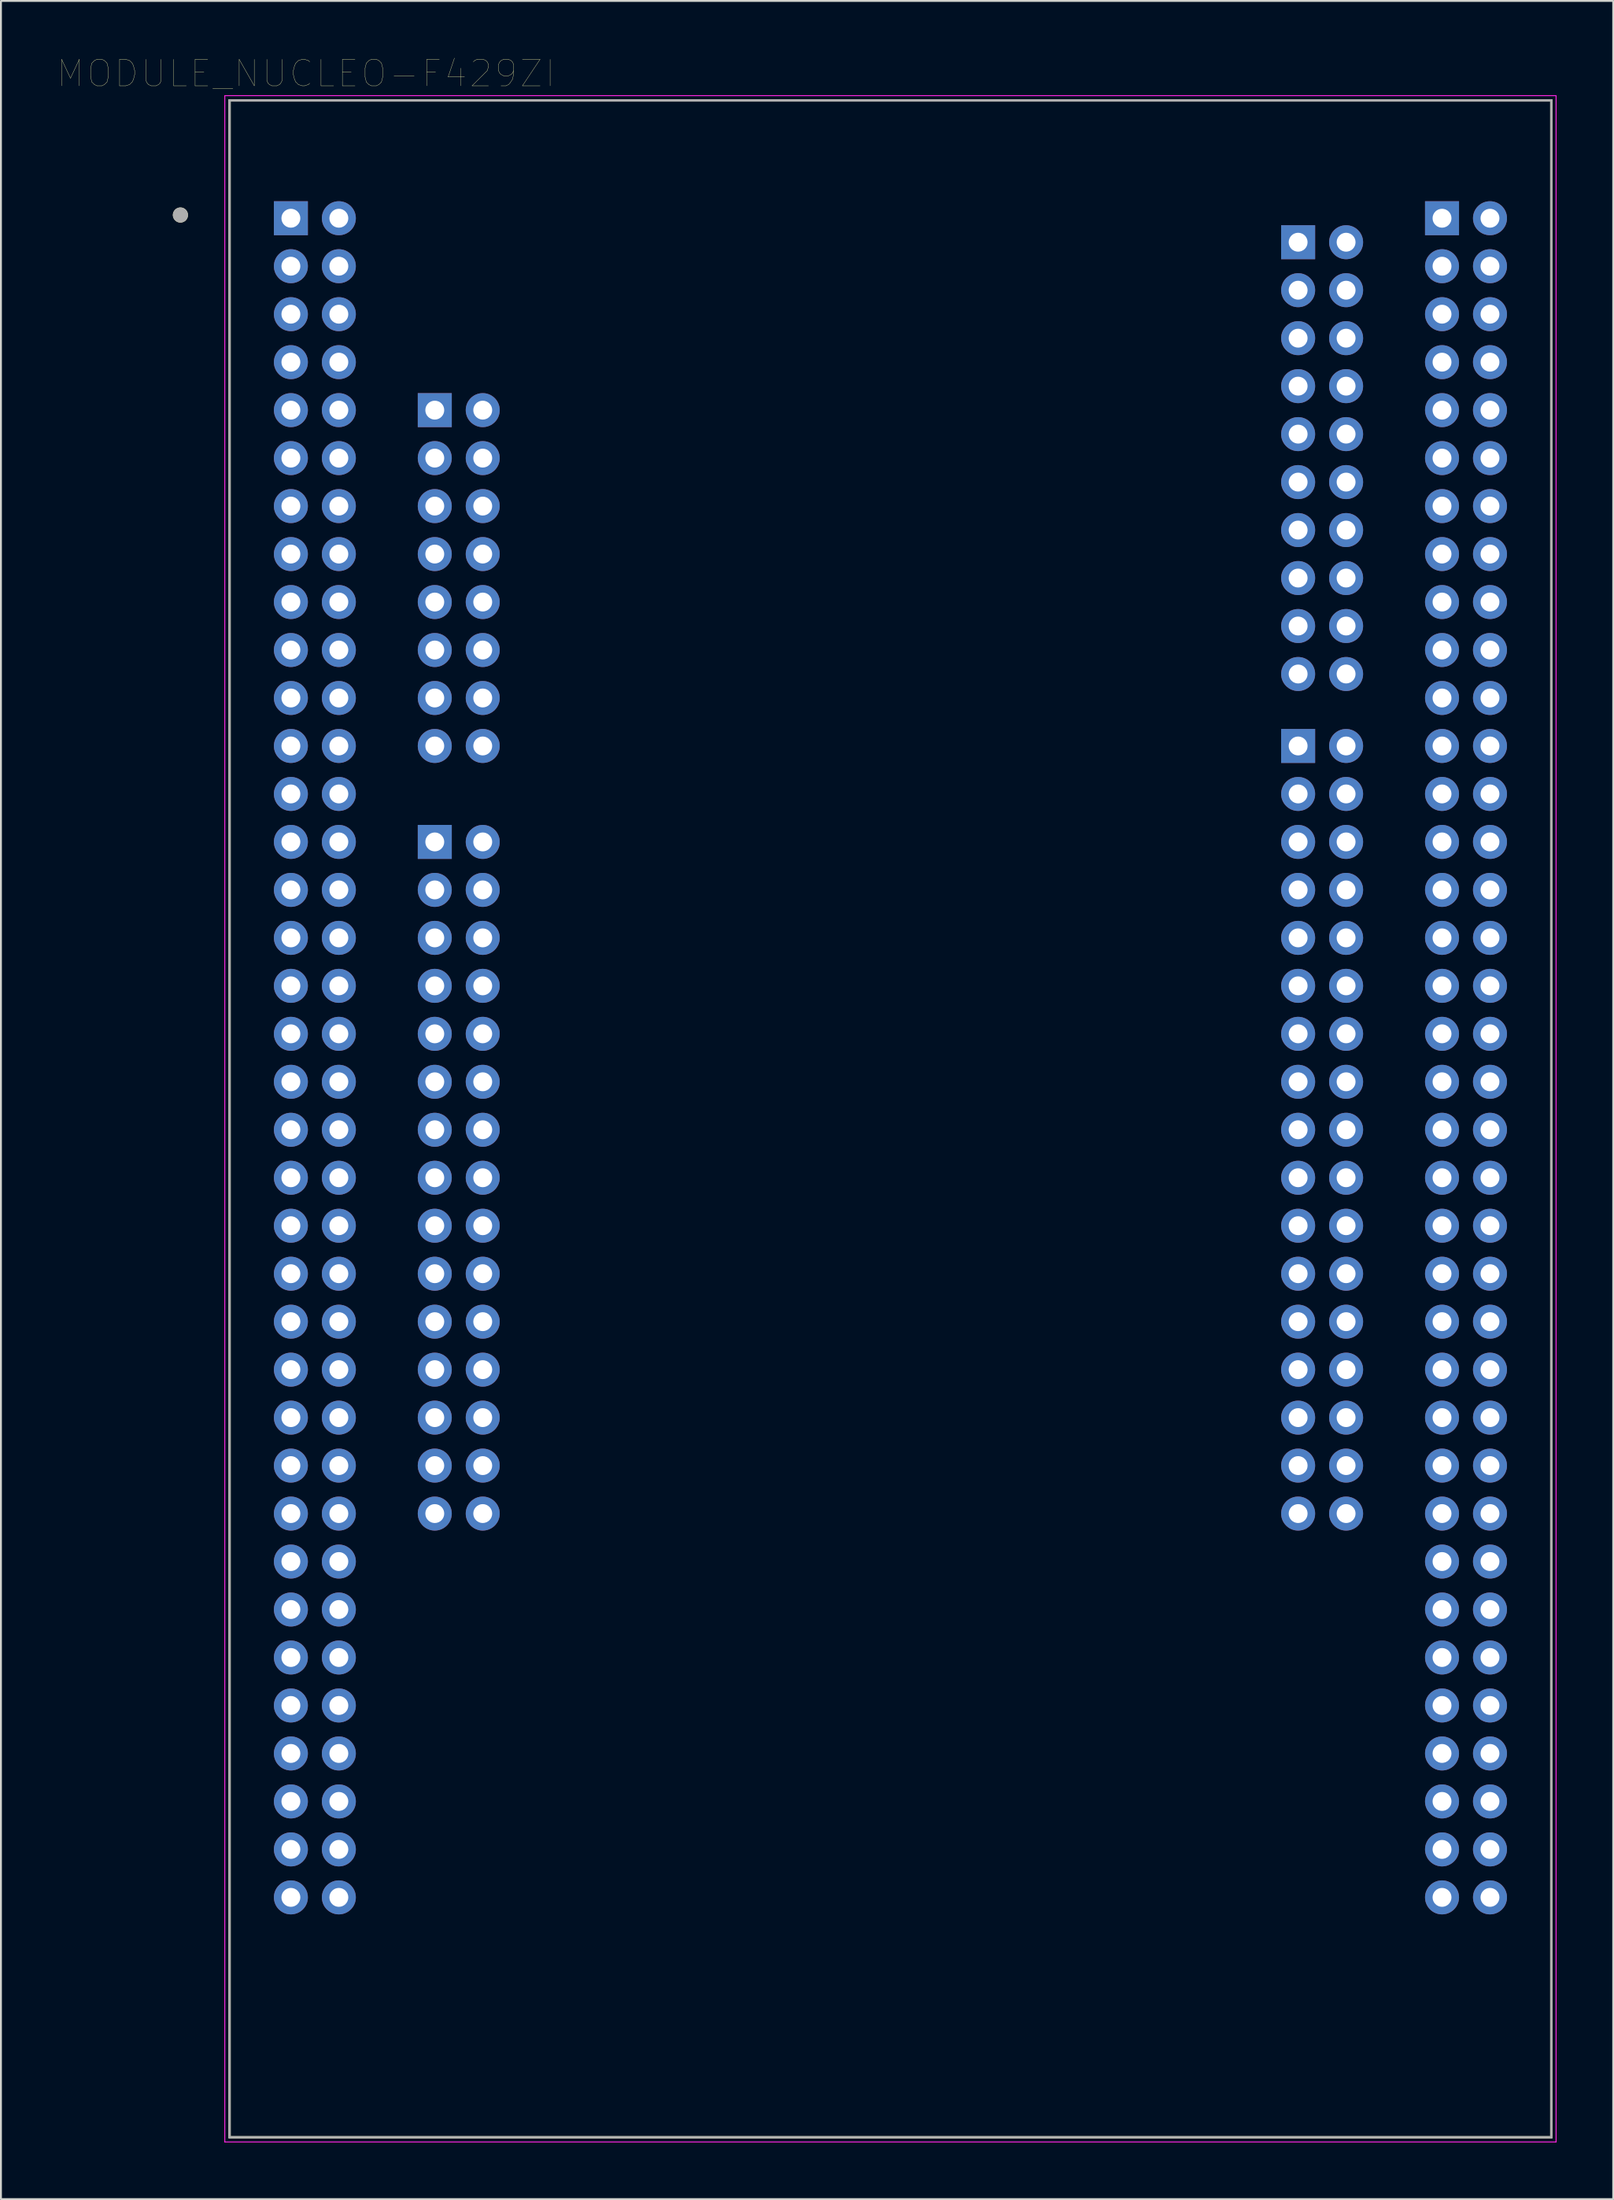
<source format=kicad_pcb>
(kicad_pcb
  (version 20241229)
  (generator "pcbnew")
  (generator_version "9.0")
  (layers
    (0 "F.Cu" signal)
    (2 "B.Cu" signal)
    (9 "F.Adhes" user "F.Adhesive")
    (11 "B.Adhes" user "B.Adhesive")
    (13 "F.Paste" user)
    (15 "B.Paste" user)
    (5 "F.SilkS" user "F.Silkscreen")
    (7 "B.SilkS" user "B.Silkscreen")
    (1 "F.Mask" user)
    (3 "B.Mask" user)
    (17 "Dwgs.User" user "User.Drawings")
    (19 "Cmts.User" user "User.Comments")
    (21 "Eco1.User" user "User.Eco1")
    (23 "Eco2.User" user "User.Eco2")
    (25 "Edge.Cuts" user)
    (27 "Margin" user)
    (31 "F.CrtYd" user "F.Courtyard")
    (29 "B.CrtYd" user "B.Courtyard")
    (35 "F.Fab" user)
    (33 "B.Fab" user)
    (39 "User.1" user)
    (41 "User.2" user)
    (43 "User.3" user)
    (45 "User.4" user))
  (footprint "MODULE_NUCLEO-F429ZI"
    (layer "F.Cu")
    (at 44.104 53.594)
    (property "Reference" "MODULE_NUCLEO-F429ZI" (at -30.955 -52.749 0) (layer "F.SilkS") (effects (font (size 1.4 1.4) (thickness 0.015))))
    (attr through_hole)
    (fp_line (start -35 -51.33) (end 35 -51.33) (stroke (width 0.127) (type solid)) (layer "F.SilkS"))
    (fp_line (start -35 56.51) (end -35 -51.33) (stroke (width 0.127) (type solid)) (layer "F.SilkS"))
    (fp_line (start 35 -51.33) (end 35 56.51) (stroke (width 0.127) (type solid)) (layer "F.SilkS"))
    (fp_line (start 35 56.51) (end -35 56.51) (stroke (width 0.127) (type solid)) (layer "F.SilkS"))
    (fp_circle (center -37.6 -45.26) (end -37.4 -45.26) (stroke (width 0.4) (type solid)) (fill no) (layer "F.SilkS"))
    (fp_line (start -35.25 -51.58) (end 35.25 -51.58) (stroke (width 0.05) (type solid)) (layer "F.CrtYd"))
    (fp_line (start -35.25 56.76) (end -35.25 -51.58) (stroke (width 0.05) (type solid)) (layer "F.CrtYd"))
    (fp_line (start 35.25 -51.58) (end 35.25 56.76) (stroke (width 0.05) (type solid)) (layer "F.CrtYd"))
    (fp_line (start 35.25 56.76) (end -35.25 56.76) (stroke (width 0.05) (type solid)) (layer "F.CrtYd"))
    (fp_line (start -35 -51.33) (end 35 -51.33) (stroke (width 0.127) (type solid)) (layer "F.Fab"))
    (fp_line (start -35 56.51) (end -35 -51.33) (stroke (width 0.127) (type solid)) (layer "F.Fab"))
    (fp_line (start 35 -51.33) (end 35 56.51) (stroke (width 0.127) (type solid)) (layer "F.Fab"))
    (fp_line (start 35 56.51) (end -35 56.51) (stroke (width 0.127) (type solid)) (layer "F.Fab"))
    (fp_circle (center -37.6 -45.26) (end -37.4 -45.26) (stroke (width 0.4) (type solid)) (fill no) (layer "F.Fab"))
    (pad "CN7_1" thru_hole rect (at 21.59 -43.82) (size 1.8 1.8) (drill 1) (layers "*.Cu" "*.Mask"))
    (pad "CN7_2" thru_hole circle (at 24.13 -43.82) (size 1.8 1.8) (drill 1) (layers "*.Cu" "*.Mask"))
    (pad "CN7_3" thru_hole circle (at 21.59 -41.28) (size 1.8 1.8) (drill 1) (layers "*.Cu" "*.Mask"))
    (pad "CN7_4" thru_hole circle (at 24.13 -41.28) (size 1.8 1.8) (drill 1) (layers "*.Cu" "*.Mask"))
    (pad "CN7_5" thru_hole circle (at 21.59 -38.74) (size 1.8 1.8) (drill 1) (layers "*.Cu" "*.Mask"))
    (pad "CN7_6" thru_hole circle (at 24.13 -38.74) (size 1.8 1.8) (drill 1) (layers "*.Cu" "*.Mask"))
    (pad "CN7_7" thru_hole circle (at 21.59 -36.2) (size 1.8 1.8) (drill 1) (layers "*.Cu" "*.Mask"))
    (pad "CN7_8" thru_hole circle (at 24.13 -36.2) (size 1.8 1.8) (drill 1) (layers "*.Cu" "*.Mask"))
    (pad "CN7_9" thru_hole circle (at 21.59 -33.66) (size 1.8 1.8) (drill 1) (layers "*.Cu" "*.Mask"))
    (pad "CN7_10" thru_hole circle (at 24.13 -33.66) (size 1.8 1.8) (drill 1) (layers "*.Cu" "*.Mask"))
    (pad "CN7_11" thru_hole circle (at 21.59 -31.12) (size 1.8 1.8) (drill 1) (layers "*.Cu" "*.Mask"))
    (pad "CN7_12" thru_hole circle (at 24.13 -31.12) (size 1.8 1.8) (drill 1) (layers "*.Cu" "*.Mask"))
    (pad "CN7_13" thru_hole circle (at 21.59 -28.58) (size 1.8 1.8) (drill 1) (layers "*.Cu" "*.Mask"))
    (pad "CN7_14" thru_hole circle (at 24.13 -28.58) (size 1.8 1.8) (drill 1) (layers "*.Cu" "*.Mask"))
    (pad "CN7_15" thru_hole circle (at 21.59 -26.04) (size 1.8 1.8) (drill 1) (layers "*.Cu" "*.Mask"))
    (pad "CN7_16" thru_hole circle (at 24.13 -26.04) (size 1.8 1.8) (drill 1) (layers "*.Cu" "*.Mask"))
    (pad "CN7_17" thru_hole circle (at 21.59 -23.5) (size 1.8 1.8) (drill 1) (layers "*.Cu" "*.Mask"))
    (pad "CN7_18" thru_hole circle (at 24.13 -23.5) (size 1.8 1.8) (drill 1) (layers "*.Cu" "*.Mask"))
    (pad "CN7_19" thru_hole circle (at 21.59 -20.96) (size 1.8 1.8) (drill 1) (layers "*.Cu" "*.Mask"))
    (pad "CN7_20" thru_hole circle (at 24.13 -20.96) (size 1.8 1.8) (drill 1) (layers "*.Cu" "*.Mask"))
    (pad "CN8_1" thru_hole rect (at -24.13 -34.93) (size 1.8 1.8) (drill 1) (layers "*.Cu" "*.Mask"))
    (pad "CN8_2" thru_hole circle (at -21.59 -34.93) (size 1.8 1.8) (drill 1) (layers "*.Cu" "*.Mask"))
    (pad "CN8_3" thru_hole circle (at -24.13 -32.39) (size 1.8 1.8) (drill 1) (layers "*.Cu" "*.Mask"))
    (pad "CN8_4" thru_hole circle (at -21.59 -32.39) (size 1.8 1.8) (drill 1) (layers "*.Cu" "*.Mask"))
    (pad "CN8_5" thru_hole circle (at -24.13 -29.85) (size 1.8 1.8) (drill 1) (layers "*.Cu" "*.Mask"))
    (pad "CN8_6" thru_hole circle (at -21.59 -29.85) (size 1.8 1.8) (drill 1) (layers "*.Cu" "*.Mask"))
    (pad "CN8_7" thru_hole circle (at -24.13 -27.31) (size 1.8 1.8) (drill 1) (layers "*.Cu" "*.Mask"))
    (pad "CN8_8" thru_hole circle (at -21.59 -27.31) (size 1.8 1.8) (drill 1) (layers "*.Cu" "*.Mask"))
    (pad "CN8_9" thru_hole circle (at -24.13 -24.77) (size 1.8 1.8) (drill 1) (layers "*.Cu" "*.Mask"))
    (pad "CN8_10" thru_hole circle (at -21.59 -24.77) (size 1.8 1.8) (drill 1) (layers "*.Cu" "*.Mask"))
    (pad "CN8_11" thru_hole circle (at -24.13 -22.23) (size 1.8 1.8) (drill 1) (layers "*.Cu" "*.Mask"))
    (pad "CN8_12" thru_hole circle (at -21.59 -22.23) (size 1.8 1.8) (drill 1) (layers "*.Cu" "*.Mask"))
    (pad "CN8_13" thru_hole circle (at -24.13 -19.69) (size 1.8 1.8) (drill 1) (layers "*.Cu" "*.Mask"))
    (pad "CN8_14" thru_hole circle (at -21.59 -19.69) (size 1.8 1.8) (drill 1) (layers "*.Cu" "*.Mask"))
    (pad "CN8_15" thru_hole circle (at -24.13 -17.15) (size 1.8 1.8) (drill 1) (layers "*.Cu" "*.Mask"))
    (pad "CN8_16" thru_hole circle (at -21.59 -17.15) (size 1.8 1.8) (drill 1) (layers "*.Cu" "*.Mask"))
    (pad "CN9_1" thru_hole rect (at -24.13 -12.07) (size 1.8 1.8) (drill 1) (layers "*.Cu" "*.Mask"))
    (pad "CN9_2" thru_hole circle (at -21.59 -12.07) (size 1.8 1.8) (drill 1) (layers "*.Cu" "*.Mask"))
    (pad "CN9_3" thru_hole circle (at -24.13 -9.53) (size 1.8 1.8) (drill 1) (layers "*.Cu" "*.Mask"))
    (pad "CN9_4" thru_hole circle (at -21.59 -9.53) (size 1.8 1.8) (drill 1) (layers "*.Cu" "*.Mask"))
    (pad "CN9_5" thru_hole circle (at -24.13 -6.99) (size 1.8 1.8) (drill 1) (layers "*.Cu" "*.Mask"))
    (pad "CN9_6" thru_hole circle (at -21.59 -6.99) (size 1.8 1.8) (drill 1) (layers "*.Cu" "*.Mask"))
    (pad "CN9_7" thru_hole circle (at -24.13 -4.45) (size 1.8 1.8) (drill 1) (layers "*.Cu" "*.Mask"))
    (pad "CN9_8" thru_hole circle (at -21.59 -4.45) (size 1.8 1.8) (drill 1) (layers "*.Cu" "*.Mask"))
    (pad "CN9_9" thru_hole circle (at -24.13 -1.91) (size 1.8 1.8) (drill 1) (layers "*.Cu" "*.Mask"))
    (pad "CN9_10" thru_hole circle (at -21.59 -1.91) (size 1.8 1.8) (drill 1) (layers "*.Cu" "*.Mask"))
    (pad "CN9_11" thru_hole circle (at -24.13 0.63) (size 1.8 1.8) (drill 1) (layers "*.Cu" "*.Mask"))
    (pad "CN9_12" thru_hole circle (at -21.59 0.63) (size 1.8 1.8) (drill 1) (layers "*.Cu" "*.Mask"))
    (pad "CN9_13" thru_hole circle (at -24.13 3.17) (size 1.8 1.8) (drill 1) (layers "*.Cu" "*.Mask"))
    (pad "CN9_14" thru_hole circle (at -21.59 3.17) (size 1.8 1.8) (drill 1) (layers "*.Cu" "*.Mask"))
    (pad "CN9_15" thru_hole circle (at -24.13 5.71) (size 1.8 1.8) (drill 1) (layers "*.Cu" "*.Mask"))
    (pad "CN9_16" thru_hole circle (at -21.59 5.71) (size 1.8 1.8) (drill 1) (layers "*.Cu" "*.Mask"))
    (pad "CN9_17" thru_hole circle (at -24.13 8.25) (size 1.8 1.8) (drill 1) (layers "*.Cu" "*.Mask"))
    (pad "CN9_18" thru_hole circle (at -21.59 8.25) (size 1.8 1.8) (drill 1) (layers "*.Cu" "*.Mask"))
    (pad "CN9_19" thru_hole circle (at -24.13 10.79) (size 1.8 1.8) (drill 1) (layers "*.Cu" "*.Mask"))
    (pad "CN9_20" thru_hole circle (at -21.59 10.79) (size 1.8 1.8) (drill 1) (layers "*.Cu" "*.Mask"))
    (pad "CN9_21" thru_hole circle (at -24.13 13.33) (size 1.8 1.8) (drill 1) (layers "*.Cu" "*.Mask"))
    (pad "CN9_22" thru_hole circle (at -21.59 13.33) (size 1.8 1.8) (drill 1) (layers "*.Cu" "*.Mask"))
    (pad "CN9_23" thru_hole circle (at -24.13 15.87) (size 1.8 1.8) (drill 1) (layers "*.Cu" "*.Mask"))
    (pad "CN9_24" thru_hole circle (at -21.59 15.87) (size 1.8 1.8) (drill 1) (layers "*.Cu" "*.Mask"))
    (pad "CN9_25" thru_hole circle (at -24.13 18.41) (size 1.8 1.8) (drill 1) (layers "*.Cu" "*.Mask"))
    (pad "CN9_26" thru_hole circle (at -21.59 18.41) (size 1.8 1.8) (drill 1) (layers "*.Cu" "*.Mask"))
    (pad "CN9_27" thru_hole circle (at -24.13 20.95) (size 1.8 1.8) (drill 1) (layers "*.Cu" "*.Mask"))
    (pad "CN9_28" thru_hole circle (at -21.59 20.95) (size 1.8 1.8) (drill 1) (layers "*.Cu" "*.Mask"))
    (pad "CN9_29" thru_hole circle (at -24.13 23.49) (size 1.8 1.8) (drill 1) (layers "*.Cu" "*.Mask"))
    (pad "CN9_30" thru_hole circle (at -21.59 23.49) (size 1.8 1.8) (drill 1) (layers "*.Cu" "*.Mask"))
    (pad "CN10_1" thru_hole rect (at 21.59 -17.15) (size 1.8 1.8) (drill 1) (layers "*.Cu" "*.Mask"))
    (pad "CN10_2" thru_hole circle (at 24.13 -17.15) (size 1.8 1.8) (drill 1) (layers "*.Cu" "*.Mask"))
    (pad "CN10_3" thru_hole circle (at 21.59 -14.61) (size 1.8 1.8) (drill 1) (layers "*.Cu" "*.Mask"))
    (pad "CN10_4" thru_hole circle (at 24.13 -14.61) (size 1.8 1.8) (drill 1) (layers "*.Cu" "*.Mask"))
    (pad "CN10_5" thru_hole circle (at 21.59 -12.07) (size 1.8 1.8) (drill 1) (layers "*.Cu" "*.Mask"))
    (pad "CN10_6" thru_hole circle (at 24.13 -12.07) (size 1.8 1.8) (drill 1) (layers "*.Cu" "*.Mask"))
    (pad "CN10_7" thru_hole circle (at 21.59 -9.53) (size 1.8 1.8) (drill 1) (layers "*.Cu" "*.Mask"))
    (pad "CN10_8" thru_hole circle (at 24.13 -9.53) (size 1.8 1.8) (drill 1) (layers "*.Cu" "*.Mask"))
    (pad "CN10_9" thru_hole circle (at 21.59 -6.99) (size 1.8 1.8) (drill 1) (layers "*.Cu" "*.Mask"))
    (pad "CN10_10" thru_hole circle (at 24.13 -6.99) (size 1.8 1.8) (drill 1) (layers "*.Cu" "*.Mask"))
    (pad "CN10_11" thru_hole circle (at 21.59 -4.45) (size 1.8 1.8) (drill 1) (layers "*.Cu" "*.Mask"))
    (pad "CN10_12" thru_hole circle (at 24.13 -4.45) (size 1.8 1.8) (drill 1) (layers "*.Cu" "*.Mask"))
    (pad "CN10_13" thru_hole circle (at 21.59 -1.91) (size 1.8 1.8) (drill 1) (layers "*.Cu" "*.Mask"))
    (pad "CN10_14" thru_hole circle (at 24.13 -1.91) (size 1.8 1.8) (drill 1) (layers "*.Cu" "*.Mask"))
    (pad "CN10_15" thru_hole circle (at 21.59 0.63) (size 1.8 1.8) (drill 1) (layers "*.Cu" "*.Mask"))
    (pad "CN10_16" thru_hole circle (at 24.13 0.63) (size 1.8 1.8) (drill 1) (layers "*.Cu" "*.Mask"))
    (pad "CN10_17" thru_hole circle (at 21.59 3.17) (size 1.8 1.8) (drill 1) (layers "*.Cu" "*.Mask"))
    (pad "CN10_18" thru_hole circle (at 24.13 3.17) (size 1.8 1.8) (drill 1) (layers "*.Cu" "*.Mask"))
    (pad "CN10_19" thru_hole circle (at 21.59 5.71) (size 1.8 1.8) (drill 1) (layers "*.Cu" "*.Mask"))
    (pad "CN10_20" thru_hole circle (at 24.13 5.71) (size 1.8 1.8) (drill 1) (layers "*.Cu" "*.Mask"))
    (pad "CN10_21" thru_hole circle (at 21.59 8.25) (size 1.8 1.8) (drill 1) (layers "*.Cu" "*.Mask"))
    (pad "CN10_22" thru_hole circle (at 24.13 8.25) (size 1.8 1.8) (drill 1) (layers "*.Cu" "*.Mask"))
    (pad "CN10_23" thru_hole circle (at 21.59 10.79) (size 1.8 1.8) (drill 1) (layers "*.Cu" "*.Mask"))
    (pad "CN10_24" thru_hole circle (at 24.13 10.79) (size 1.8 1.8) (drill 1) (layers "*.Cu" "*.Mask"))
    (pad "CN10_25" thru_hole circle (at 21.59 13.33) (size 1.8 1.8) (drill 1) (layers "*.Cu" "*.Mask"))
    (pad "CN10_26" thru_hole circle (at 24.13 13.33) (size 1.8 1.8) (drill 1) (layers "*.Cu" "*.Mask"))
    (pad "CN10_27" thru_hole circle (at 21.59 15.87) (size 1.8 1.8) (drill 1) (layers "*.Cu" "*.Mask"))
    (pad "CN10_28" thru_hole circle (at 24.13 15.87) (size 1.8 1.8) (drill 1) (layers "*.Cu" "*.Mask"))
    (pad "CN10_29" thru_hole circle (at 21.59 18.41) (size 1.8 1.8) (drill 1) (layers "*.Cu" "*.Mask"))
    (pad "CN10_30" thru_hole circle (at 24.13 18.41) (size 1.8 1.8) (drill 1) (layers "*.Cu" "*.Mask"))
    (pad "CN10_31" thru_hole circle (at 21.59 20.95) (size 1.8 1.8) (drill 1) (layers "*.Cu" "*.Mask"))
    (pad "CN10_32" thru_hole circle (at 24.13 20.95) (size 1.8 1.8) (drill 1) (layers "*.Cu" "*.Mask"))
    (pad "CN10_33" thru_hole circle (at 21.59 23.49) (size 1.8 1.8) (drill 1) (layers "*.Cu" "*.Mask"))
    (pad "CN10_34" thru_hole circle (at 24.13 23.49) (size 1.8 1.8) (drill 1) (layers "*.Cu" "*.Mask"))
    (pad "CN11_1" thru_hole rect (at -31.75 -45.09) (size 1.8 1.8) (drill 1) (layers "*.Cu" "*.Mask"))
    (pad "CN11_2" thru_hole circle (at -29.21 -45.09) (size 1.8 1.8) (drill 1) (layers "*.Cu" "*.Mask"))
    (pad "CN11_3" thru_hole circle (at -31.75 -42.55) (size 1.8 1.8) (drill 1) (layers "*.Cu" "*.Mask"))
    (pad "CN11_4" thru_hole circle (at -29.21 -42.55) (size 1.8 1.8) (drill 1) (layers "*.Cu" "*.Mask"))
    (pad "CN11_5" thru_hole circle (at -31.75 -40.01) (size 1.8 1.8) (drill 1) (layers "*.Cu" "*.Mask"))
    (pad "CN11_6" thru_hole circle (at -29.21 -40.01) (size 1.8 1.8) (drill 1) (layers "*.Cu" "*.Mask"))
    (pad "CN11_7" thru_hole circle (at -31.75 -37.47) (size 1.8 1.8) (drill 1) (layers "*.Cu" "*.Mask"))
    (pad "CN11_8" thru_hole circle (at -29.21 -37.47) (size 1.8 1.8) (drill 1) (layers "*.Cu" "*.Mask"))
    (pad "CN11_9" thru_hole circle (at -31.75 -34.93) (size 1.8 1.8) (drill 1) (layers "*.Cu" "*.Mask"))
    (pad "CN11_10" thru_hole circle (at -29.21 -34.93) (size 1.8 1.8) (drill 1) (layers "*.Cu" "*.Mask"))
    (pad "CN11_11" thru_hole circle (at -31.75 -32.39) (size 1.8 1.8) (drill 1) (layers "*.Cu" "*.Mask"))
    (pad "CN11_12" thru_hole circle (at -29.21 -32.39) (size 1.8 1.8) (drill 1) (layers "*.Cu" "*.Mask"))
    (pad "CN11_13" thru_hole circle (at -31.75 -29.85) (size 1.8 1.8) (drill 1) (layers "*.Cu" "*.Mask"))
    (pad "CN11_14" thru_hole circle (at -29.21 -29.85) (size 1.8 1.8) (drill 1) (layers "*.Cu" "*.Mask"))
    (pad "CN11_15" thru_hole circle (at -31.75 -27.31) (size 1.8 1.8) (drill 1) (layers "*.Cu" "*.Mask"))
    (pad "CN11_16" thru_hole circle (at -29.21 -27.31) (size 1.8 1.8) (drill 1) (layers "*.Cu" "*.Mask"))
    (pad "CN11_17" thru_hole circle (at -31.75 -24.77) (size 1.8 1.8) (drill 1) (layers "*.Cu" "*.Mask"))
    (pad "CN11_18" thru_hole circle (at -29.21 -24.77) (size 1.8 1.8) (drill 1) (layers "*.Cu" "*.Mask"))
    (pad "CN11_19" thru_hole circle (at -31.75 -22.23) (size 1.8 1.8) (drill 1) (layers "*.Cu" "*.Mask"))
    (pad "CN11_20" thru_hole circle (at -29.21 -22.23) (size 1.8 1.8) (drill 1) (layers "*.Cu" "*.Mask"))
    (pad "CN11_21" thru_hole circle (at -31.75 -19.69) (size 1.8 1.8) (drill 1) (layers "*.Cu" "*.Mask"))
    (pad "CN11_22" thru_hole circle (at -29.21 -19.69) (size 1.8 1.8) (drill 1) (layers "*.Cu" "*.Mask"))
    (pad "CN11_23" thru_hole circle (at -31.75 -17.15) (size 1.8 1.8) (drill 1) (layers "*.Cu" "*.Mask"))
    (pad "CN11_24" thru_hole circle (at -29.21 -17.15) (size 1.8 1.8) (drill 1) (layers "*.Cu" "*.Mask"))
    (pad "CN11_25" thru_hole circle (at -31.75 -14.61) (size 1.8 1.8) (drill 1) (layers "*.Cu" "*.Mask"))
    (pad "CN11_26" thru_hole circle (at -29.21 -14.61) (size 1.8 1.8) (drill 1) (layers "*.Cu" "*.Mask"))
    (pad "CN11_27" thru_hole circle (at -31.75 -12.07) (size 1.8 1.8) (drill 1) (layers "*.Cu" "*.Mask"))
    (pad "CN11_28" thru_hole circle (at -29.21 -12.07) (size 1.8 1.8) (drill 1) (layers "*.Cu" "*.Mask"))
    (pad "CN11_29" thru_hole circle (at -31.75 -9.53) (size 1.8 1.8) (drill 1) (layers "*.Cu" "*.Mask"))
    (pad "CN11_30" thru_hole circle (at -29.21 -9.53) (size 1.8 1.8) (drill 1) (layers "*.Cu" "*.Mask"))
    (pad "CN11_31" thru_hole circle (at -31.75 -6.99) (size 1.8 1.8) (drill 1) (layers "*.Cu" "*.Mask"))
    (pad "CN11_32" thru_hole circle (at -29.21 -6.99) (size 1.8 1.8) (drill 1) (layers "*.Cu" "*.Mask"))
    (pad "CN11_33" thru_hole circle (at -31.75 -4.45) (size 1.8 1.8) (drill 1) (layers "*.Cu" "*.Mask"))
    (pad "CN11_34" thru_hole circle (at -29.21 -4.45) (size 1.8 1.8) (drill 1) (layers "*.Cu" "*.Mask"))
    (pad "CN11_35" thru_hole circle (at -31.75 -1.91) (size 1.8 1.8) (drill 1) (layers "*.Cu" "*.Mask"))
    (pad "CN11_36" thru_hole circle (at -29.21 -1.91) (size 1.8 1.8) (drill 1) (layers "*.Cu" "*.Mask"))
    (pad "CN11_37" thru_hole circle (at -31.75 0.63) (size 1.8 1.8) (drill 1) (layers "*.Cu" "*.Mask"))
    (pad "CN11_38" thru_hole circle (at -29.21 0.63) (size 1.8 1.8) (drill 1) (layers "*.Cu" "*.Mask"))
    (pad "CN11_39" thru_hole circle (at -31.75 3.17) (size 1.8 1.8) (drill 1) (layers "*.Cu" "*.Mask"))
    (pad "CN11_40" thru_hole circle (at -29.21 3.17) (size 1.8 1.8) (drill 1) (layers "*.Cu" "*.Mask"))
    (pad "CN11_41" thru_hole circle (at -31.75 5.71) (size 1.8 1.8) (drill 1) (layers "*.Cu" "*.Mask"))
    (pad "CN11_42" thru_hole circle (at -29.21 5.71) (size 1.8 1.8) (drill 1) (layers "*.Cu" "*.Mask"))
    (pad "CN11_43" thru_hole circle (at -31.75 8.25) (size 1.8 1.8) (drill 1) (layers "*.Cu" "*.Mask"))
    (pad "CN11_44" thru_hole circle (at -29.21 8.25) (size 1.8 1.8) (drill 1) (layers "*.Cu" "*.Mask"))
    (pad "CN11_45" thru_hole circle (at -31.75 10.79) (size 1.8 1.8) (drill 1) (layers "*.Cu" "*.Mask"))
    (pad "CN11_46" thru_hole circle (at -29.21 10.79) (size 1.8 1.8) (drill 1) (layers "*.Cu" "*.Mask"))
    (pad "CN11_47" thru_hole circle (at -31.75 13.33) (size 1.8 1.8) (drill 1) (layers "*.Cu" "*.Mask"))
    (pad "CN11_48" thru_hole circle (at -29.21 13.33) (size 1.8 1.8) (drill 1) (layers "*.Cu" "*.Mask"))
    (pad "CN11_49" thru_hole circle (at -31.75 15.87) (size 1.8 1.8) (drill 1) (layers "*.Cu" "*.Mask"))
    (pad "CN11_50" thru_hole circle (at -29.21 15.87) (size 1.8 1.8) (drill 1) (layers "*.Cu" "*.Mask"))
    (pad "CN11_51" thru_hole circle (at -31.75 18.41) (size 1.8 1.8) (drill 1) (layers "*.Cu" "*.Mask"))
    (pad "CN11_52" thru_hole circle (at -29.21 18.41) (size 1.8 1.8) (drill 1) (layers "*.Cu" "*.Mask"))
    (pad "CN11_53" thru_hole circle (at -31.75 20.95) (size 1.8 1.8) (drill 1) (layers "*.Cu" "*.Mask"))
    (pad "CN11_54" thru_hole circle (at -29.21 20.95) (size 1.8 1.8) (drill 1) (layers "*.Cu" "*.Mask"))
    (pad "CN11_55" thru_hole circle (at -31.75 23.49) (size 1.8 1.8) (drill 1) (layers "*.Cu" "*.Mask"))
    (pad "CN11_56" thru_hole circle (at -29.21 23.49) (size 1.8 1.8) (drill 1) (layers "*.Cu" "*.Mask"))
    (pad "CN11_57" thru_hole circle (at -31.75 26.03) (size 1.8 1.8) (drill 1) (layers "*.Cu" "*.Mask"))
    (pad "CN11_58" thru_hole circle (at -29.21 26.03) (size 1.8 1.8) (drill 1) (layers "*.Cu" "*.Mask"))
    (pad "CN11_59" thru_hole circle (at -31.75 28.57) (size 1.8 1.8) (drill 1) (layers "*.Cu" "*.Mask"))
    (pad "CN11_60" thru_hole circle (at -29.21 28.57) (size 1.8 1.8) (drill 1) (layers "*.Cu" "*.Mask"))
    (pad "CN11_61" thru_hole circle (at -31.75 31.11) (size 1.8 1.8) (drill 1) (layers "*.Cu" "*.Mask"))
    (pad "CN11_62" thru_hole circle (at -29.21 31.11) (size 1.8 1.8) (drill 1) (layers "*.Cu" "*.Mask"))
    (pad "CN11_63" thru_hole circle (at -31.75 33.65) (size 1.8 1.8) (drill 1) (layers "*.Cu" "*.Mask"))
    (pad "CN11_64" thru_hole circle (at -29.21 33.65) (size 1.8 1.8) (drill 1) (layers "*.Cu" "*.Mask"))
    (pad "CN11_65" thru_hole circle (at -31.75 36.19) (size 1.8 1.8) (drill 1) (layers "*.Cu" "*.Mask"))
    (pad "CN11_66" thru_hole circle (at -29.21 36.19) (size 1.8 1.8) (drill 1) (layers "*.Cu" "*.Mask"))
    (pad "CN11_67" thru_hole circle (at -31.75 38.73) (size 1.8 1.8) (drill 1) (layers "*.Cu" "*.Mask"))
    (pad "CN11_68" thru_hole circle (at -29.21 38.73) (size 1.8 1.8) (drill 1) (layers "*.Cu" "*.Mask"))
    (pad "CN11_69" thru_hole circle (at -31.75 41.27) (size 1.8 1.8) (drill 1) (layers "*.Cu" "*.Mask"))
    (pad "CN11_70" thru_hole circle (at -29.21 41.27) (size 1.8 1.8) (drill 1) (layers "*.Cu" "*.Mask"))
    (pad "CN11_71" thru_hole circle (at -31.75 43.81) (size 1.8 1.8) (drill 1) (layers "*.Cu" "*.Mask"))
    (pad "CN11_72" thru_hole circle (at -29.21 43.81) (size 1.8 1.8) (drill 1) (layers "*.Cu" "*.Mask"))
    (pad "CN12_1" thru_hole rect (at 29.21 -45.09) (size 1.8 1.8) (drill 1) (layers "*.Cu" "*.Mask"))
    (pad "CN12_2" thru_hole circle (at 31.75 -45.09) (size 1.8 1.8) (drill 1) (layers "*.Cu" "*.Mask"))
    (pad "CN12_3" thru_hole circle (at 29.21 -42.55) (size 1.8 1.8) (drill 1) (layers "*.Cu" "*.Mask"))
    (pad "CN12_4" thru_hole circle (at 31.75 -42.55) (size 1.8 1.8) (drill 1) (layers "*.Cu" "*.Mask"))
    (pad "CN12_5" thru_hole circle (at 29.21 -40.01) (size 1.8 1.8) (drill 1) (layers "*.Cu" "*.Mask"))
    (pad "CN12_6" thru_hole circle (at 31.75 -40.01) (size 1.8 1.8) (drill 1) (layers "*.Cu" "*.Mask"))
    (pad "CN12_7" thru_hole circle (at 29.21 -37.47) (size 1.8 1.8) (drill 1) (layers "*.Cu" "*.Mask"))
    (pad "CN12_8" thru_hole circle (at 31.75 -37.47) (size 1.8 1.8) (drill 1) (layers "*.Cu" "*.Mask"))
    (pad "CN12_9" thru_hole circle (at 29.21 -34.93) (size 1.8 1.8) (drill 1) (layers "*.Cu" "*.Mask"))
    (pad "CN12_10" thru_hole circle (at 31.75 -34.93) (size 1.8 1.8) (drill 1) (layers "*.Cu" "*.Mask"))
    (pad "CN12_11" thru_hole circle (at 29.21 -32.39) (size 1.8 1.8) (drill 1) (layers "*.Cu" "*.Mask"))
    (pad "CN12_12" thru_hole circle (at 31.75 -32.39) (size 1.8 1.8) (drill 1) (layers "*.Cu" "*.Mask"))
    (pad "CN12_13" thru_hole circle (at 29.21 -29.85) (size 1.8 1.8) (drill 1) (layers "*.Cu" "*.Mask"))
    (pad "CN12_14" thru_hole circle (at 31.75 -29.85) (size 1.8 1.8) (drill 1) (layers "*.Cu" "*.Mask"))
    (pad "CN12_15" thru_hole circle (at 29.21 -27.31) (size 1.8 1.8) (drill 1) (layers "*.Cu" "*.Mask"))
    (pad "CN12_16" thru_hole circle (at 31.75 -27.31) (size 1.8 1.8) (drill 1) (layers "*.Cu" "*.Mask"))
    (pad "CN12_17" thru_hole circle (at 29.21 -24.77) (size 1.8 1.8) (drill 1) (layers "*.Cu" "*.Mask"))
    (pad "CN12_18" thru_hole circle (at 31.75 -24.77) (size 1.8 1.8) (drill 1) (layers "*.Cu" "*.Mask"))
    (pad "CN12_19" thru_hole circle (at 29.21 -22.23) (size 1.8 1.8) (drill 1) (layers "*.Cu" "*.Mask"))
    (pad "CN12_20" thru_hole circle (at 31.75 -22.23) (size 1.8 1.8) (drill 1) (layers "*.Cu" "*.Mask"))
    (pad "CN12_21" thru_hole circle (at 29.21 -19.69) (size 1.8 1.8) (drill 1) (layers "*.Cu" "*.Mask"))
    (pad "CN12_22" thru_hole circle (at 31.75 -19.69) (size 1.8 1.8) (drill 1) (layers "*.Cu" "*.Mask"))
    (pad "CN12_23" thru_hole circle (at 29.21 -17.15) (size 1.8 1.8) (drill 1) (layers "*.Cu" "*.Mask"))
    (pad "CN12_24" thru_hole circle (at 31.75 -17.15) (size 1.8 1.8) (drill 1) (layers "*.Cu" "*.Mask"))
    (pad "CN12_25" thru_hole circle (at 29.21 -14.61) (size 1.8 1.8) (drill 1) (layers "*.Cu" "*.Mask"))
    (pad "CN12_26" thru_hole circle (at 31.75 -14.61) (size 1.8 1.8) (drill 1) (layers "*.Cu" "*.Mask"))
    (pad "CN12_27" thru_hole circle (at 29.21 -12.07) (size 1.8 1.8) (drill 1) (layers "*.Cu" "*.Mask"))
    (pad "CN12_28" thru_hole circle (at 31.75 -12.07) (size 1.8 1.8) (drill 1) (layers "*.Cu" "*.Mask"))
    (pad "CN12_29" thru_hole circle (at 29.21 -9.53) (size 1.8 1.8) (drill 1) (layers "*.Cu" "*.Mask"))
    (pad "CN12_30" thru_hole circle (at 31.75 -9.53) (size 1.8 1.8) (drill 1) (layers "*.Cu" "*.Mask"))
    (pad "CN12_31" thru_hole circle (at 29.21 -6.99) (size 1.8 1.8) (drill 1) (layers "*.Cu" "*.Mask"))
    (pad "CN12_32" thru_hole circle (at 31.75 -6.99) (size 1.8 1.8) (drill 1) (layers "*.Cu" "*.Mask"))
    (pad "CN12_33" thru_hole circle (at 29.21 -4.45) (size 1.8 1.8) (drill 1) (layers "*.Cu" "*.Mask"))
    (pad "CN12_34" thru_hole circle (at 31.75 -4.45) (size 1.8 1.8) (drill 1) (layers "*.Cu" "*.Mask"))
    (pad "CN12_35" thru_hole circle (at 29.21 -1.91) (size 1.8 1.8) (drill 1) (layers "*.Cu" "*.Mask"))
    (pad "CN12_36" thru_hole circle (at 31.75 -1.91) (size 1.8 1.8) (drill 1) (layers "*.Cu" "*.Mask"))
    (pad "CN12_37" thru_hole circle (at 29.21 0.63) (size 1.8 1.8) (drill 1) (layers "*.Cu" "*.Mask"))
    (pad "CN12_38" thru_hole circle (at 31.75 0.63) (size 1.8 1.8) (drill 1) (layers "*.Cu" "*.Mask"))
    (pad "CN12_39" thru_hole circle (at 29.21 3.17) (size 1.8 1.8) (drill 1) (layers "*.Cu" "*.Mask"))
    (pad "CN12_40" thru_hole circle (at 31.75 3.17) (size 1.8 1.8) (drill 1) (layers "*.Cu" "*.Mask"))
    (pad "CN12_41" thru_hole circle (at 29.21 5.71) (size 1.8 1.8) (drill 1) (layers "*.Cu" "*.Mask"))
    (pad "CN12_42" thru_hole circle (at 31.75 5.71) (size 1.8 1.8) (drill 1) (layers "*.Cu" "*.Mask"))
    (pad "CN12_43" thru_hole circle (at 29.21 8.25) (size 1.8 1.8) (drill 1) (layers "*.Cu" "*.Mask"))
    (pad "CN12_44" thru_hole circle (at 31.75 8.25) (size 1.8 1.8) (drill 1) (layers "*.Cu" "*.Mask"))
    (pad "CN12_45" thru_hole circle (at 29.21 10.79) (size 1.8 1.8) (drill 1) (layers "*.Cu" "*.Mask"))
    (pad "CN12_46" thru_hole circle (at 31.75 10.79) (size 1.8 1.8) (drill 1) (layers "*.Cu" "*.Mask"))
    (pad "CN12_47" thru_hole circle (at 29.21 13.33) (size 1.8 1.8) (drill 1) (layers "*.Cu" "*.Mask"))
    (pad "CN12_48" thru_hole circle (at 31.75 13.33) (size 1.8 1.8) (drill 1) (layers "*.Cu" "*.Mask"))
    (pad "CN12_49" thru_hole circle (at 29.21 15.87) (size 1.8 1.8) (drill 1) (layers "*.Cu" "*.Mask"))
    (pad "CN12_50" thru_hole circle (at 31.75 15.87) (size 1.8 1.8) (drill 1) (layers "*.Cu" "*.Mask"))
    (pad "CN12_51" thru_hole circle (at 29.21 18.41) (size 1.8 1.8) (drill 1) (layers "*.Cu" "*.Mask"))
    (pad "CN12_52" thru_hole circle (at 31.75 18.41) (size 1.8 1.8) (drill 1) (layers "*.Cu" "*.Mask"))
    (pad "CN12_53" thru_hole circle (at 29.21 20.95) (size 1.8 1.8) (drill 1) (layers "*.Cu" "*.Mask"))
    (pad "CN12_54" thru_hole circle (at 31.75 20.95) (size 1.8 1.8) (drill 1) (layers "*.Cu" "*.Mask"))
    (pad "CN12_55" thru_hole circle (at 29.21 23.49) (size 1.8 1.8) (drill 1) (layers "*.Cu" "*.Mask"))
    (pad "CN12_56" thru_hole circle (at 31.75 23.49) (size 1.8 1.8) (drill 1) (layers "*.Cu" "*.Mask"))
    (pad "CN12_57" thru_hole circle (at 29.21 26.03) (size 1.8 1.8) (drill 1) (layers "*.Cu" "*.Mask"))
    (pad "CN12_58" thru_hole circle (at 31.75 26.03) (size 1.8 1.8) (drill 1) (layers "*.Cu" "*.Mask"))
    (pad "CN12_59" thru_hole circle (at 29.21 28.57) (size 1.8 1.8) (drill 1) (layers "*.Cu" "*.Mask"))
    (pad "CN12_60" thru_hole circle (at 31.75 28.57) (size 1.8 1.8) (drill 1) (layers "*.Cu" "*.Mask"))
    (pad "CN12_61" thru_hole circle (at 29.21 31.11) (size 1.8 1.8) (drill 1) (layers "*.Cu" "*.Mask"))
    (pad "CN12_62" thru_hole circle (at 31.75 31.11) (size 1.8 1.8) (drill 1) (layers "*.Cu" "*.Mask"))
    (pad "CN12_63" thru_hole circle (at 29.21 33.65) (size 1.8 1.8) (drill 1) (layers "*.Cu" "*.Mask"))
    (pad "CN12_64" thru_hole circle (at 31.75 33.65) (size 1.8 1.8) (drill 1) (layers "*.Cu" "*.Mask"))
    (pad "CN12_65" thru_hole circle (at 29.21 36.19) (size 1.8 1.8) (drill 1) (layers "*.Cu" "*.Mask"))
    (pad "CN12_66" thru_hole circle (at 31.75 36.19) (size 1.8 1.8) (drill 1) (layers "*.Cu" "*.Mask"))
    (pad "CN12_67" thru_hole circle (at 29.21 38.73) (size 1.8 1.8) (drill 1) (layers "*.Cu" "*.Mask"))
    (pad "CN12_68" thru_hole circle (at 31.75 38.73) (size 1.8 1.8) (drill 1) (layers "*.Cu" "*.Mask"))
    (pad "CN12_69" thru_hole circle (at 29.21 41.27) (size 1.8 1.8) (drill 1) (layers "*.Cu" "*.Mask"))
    (pad "CN12_70" thru_hole circle (at 31.75 41.27) (size 1.8 1.8) (drill 1) (layers "*.Cu" "*.Mask"))
    (pad "CN12_71" thru_hole circle (at 29.21 43.81) (size 1.8 1.8) (drill 1) (layers "*.Cu" "*.Mask"))
    (pad "CN12_72" thru_hole circle (at 31.75 43.81) (size 1.8 1.8) (drill 1) (layers "*.Cu" "*.Mask")))
  (gr_rect
    (start -3 -3)
    (end 82.379 113.379)
    (stroke (width 0.1) (type default))
    (fill no)
    (layer "Edge.Cuts")))
</source>
